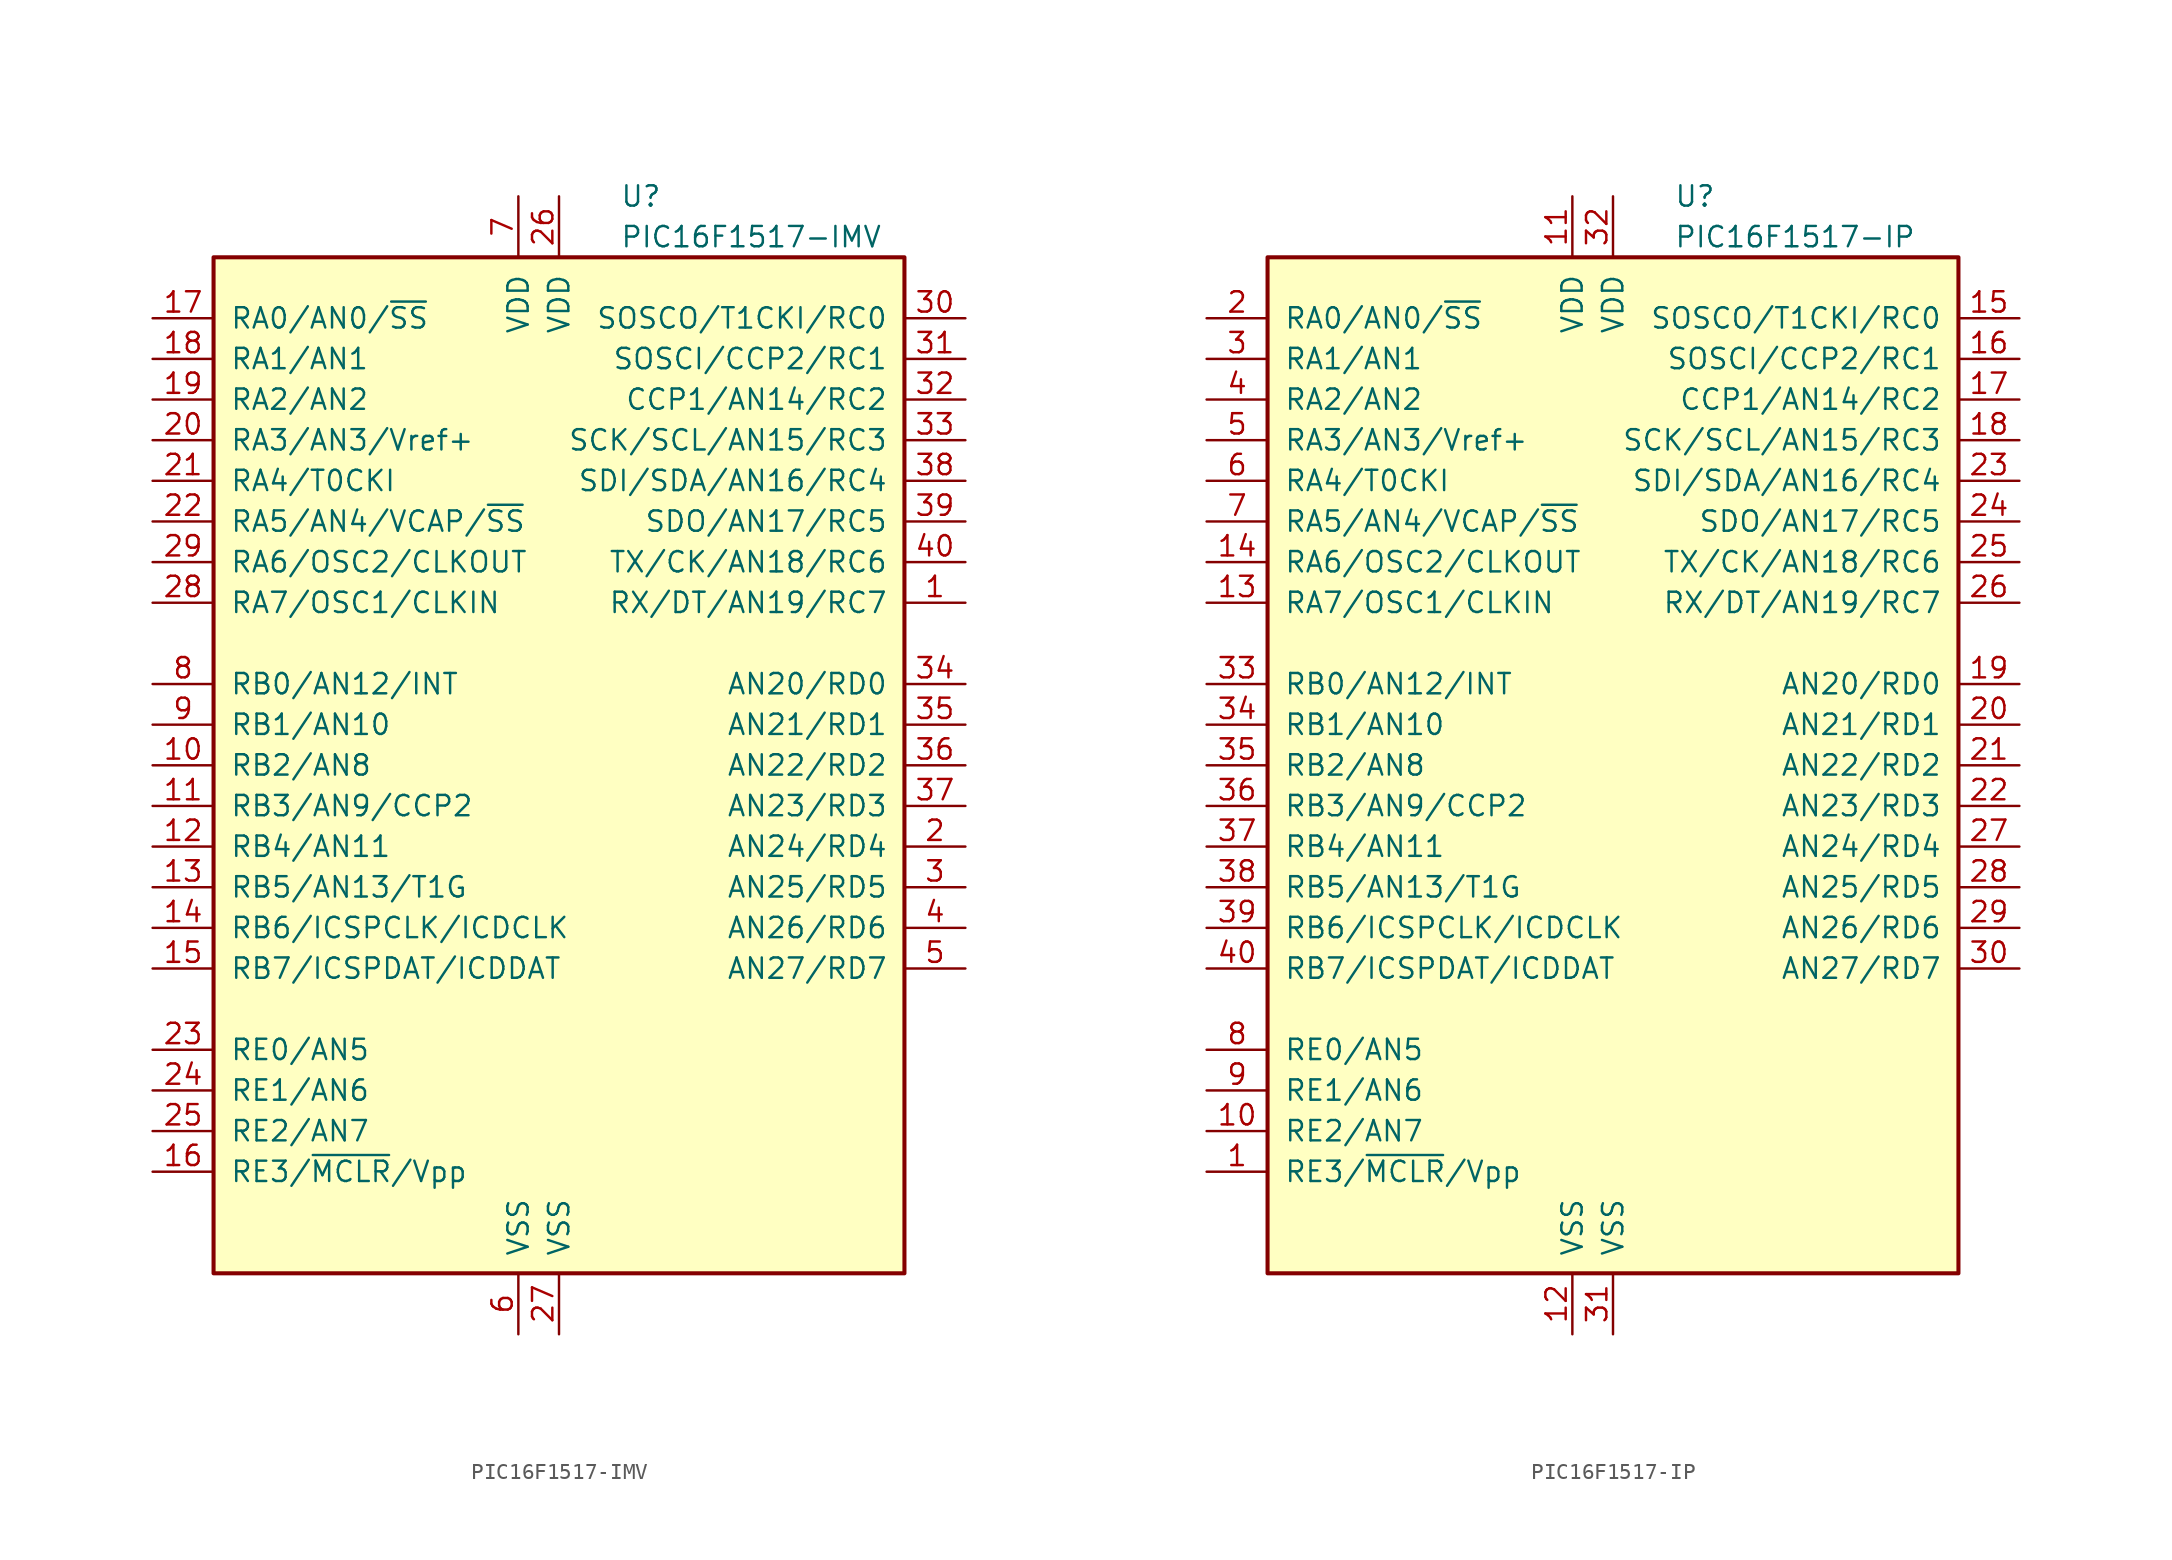
<source format=kicad_sym>
(kicad_symbol_lib
  (version 20220914)
  (generator kicad_symbol_editor)
  (symbol "PIC16F1517-IMV"
    (pin_names
      (offset 1.016))
    (property "Reference" "U"
      (at 3.81 35.56 0)
      (effects (font (size 1.27 1.27)) (justify left)))
    (property "Value" "PIC16F1517-IMV"
      (at 3.81 33.02 0)
      (effects (font (size 1.27 1.27)) (justify left)))
    (symbol "PIC16F1517-IMV_0_1"
      (rectangle (start -21.59 31.75) (end 21.59 -31.75) (stroke (width 0.254) (type default)) (fill (type background))))
    (symbol "PIC16F1517-IMV_1_1"
      (pin bidirectional line (at 25.4 10.16 180) (length 3.81) (name "RX/DT/AN19/RC7" (effects (font (size 1.27 1.27)))) (number "1" (effects (font (size 1.27 1.27)))))
      (pin bidirectional line (at -25.4 0 0) (length 3.81) (name "RB2/AN8" (effects (font (size 1.27 1.27)))) (number "10" (effects (font (size 1.27 1.27)))))
      (pin bidirectional line (at -25.4 -2.54 0) (length 3.81) (name "RB3/AN9/CCP2" (effects (font (size 1.27 1.27)))) (number "11" (effects (font (size 1.27 1.27)))))
      (pin bidirectional line (at -25.4 -5.08 0) (length 3.81) (name "RB4/AN11" (effects (font (size 1.27 1.27)))) (number "12" (effects (font (size 1.27 1.27)))))
      (pin bidirectional line (at -25.4 -7.62 0) (length 3.81) (name "RB5/AN13/T1G" (effects (font (size 1.27 1.27)))) (number "13" (effects (font (size 1.27 1.27)))))
      (pin bidirectional line (at -25.4 -10.16 0) (length 3.81) (name "RB6/ICSPCLK/ICDCLK" (effects (font (size 1.27 1.27)))) (number "14" (effects (font (size 1.27 1.27)))))
      (pin bidirectional line (at -25.4 -12.7 0) (length 3.81) (name "RB7/ICSPDAT/ICDDAT" (effects (font (size 1.27 1.27)))) (number "15" (effects (font (size 1.27 1.27)))))
      (pin input line (at -25.4 -25.4 0) (length 3.81) (name "RE3/~{MCLR}/Vpp" (effects (font (size 1.27 1.27)))) (number "16" (effects (font (size 1.27 1.27)))))
      (pin bidirectional line (at -25.4 27.94 0) (length 3.81) (name "RA0/AN0/~{SS}" (effects (font (size 1.27 1.27)))) (number "17" (effects (font (size 1.27 1.27)))))
      (pin bidirectional line (at -25.4 25.4 0) (length 3.81) (name "RA1/AN1" (effects (font (size 1.27 1.27)))) (number "18" (effects (font (size 1.27 1.27)))))
      (pin bidirectional line (at -25.4 22.86 0) (length 3.81) (name "RA2/AN2" (effects (font (size 1.27 1.27)))) (number "19" (effects (font (size 1.27 1.27)))))
      (pin bidirectional line (at 25.4 -5.08 180) (length 3.81) (name "AN24/RD4" (effects (font (size 1.27 1.27)))) (number "2" (effects (font (size 1.27 1.27)))))
      (pin bidirectional line (at -25.4 20.32 0) (length 3.81) (name "RA3/AN3/Vref+" (effects (font (size 1.27 1.27)))) (number "20" (effects (font (size 1.27 1.27)))))
      (pin bidirectional line (at -25.4 17.78 0) (length 3.81) (name "RA4/T0CKI" (effects (font (size 1.27 1.27)))) (number "21" (effects (font (size 1.27 1.27)))))
      (pin bidirectional line (at -25.4 15.24 0) (length 3.81) (name "RA5/AN4/VCAP/~{SS}" (effects (font (size 1.27 1.27)))) (number "22" (effects (font (size 1.27 1.27)))))
      (pin bidirectional line (at -25.4 -17.78 0) (length 3.81) (name "RE0/AN5" (effects (font (size 1.27 1.27)))) (number "23" (effects (font (size 1.27 1.27)))))
      (pin bidirectional line (at -25.4 -20.32 0) (length 3.81) (name "RE1/AN6" (effects (font (size 1.27 1.27)))) (number "24" (effects (font (size 1.27 1.27)))))
      (pin bidirectional line (at -25.4 -22.86 0) (length 3.81) (name "RE2/AN7" (effects (font (size 1.27 1.27)))) (number "25" (effects (font (size 1.27 1.27)))))
      (pin power_in line (at 0 35.56 270) (length 3.81) (name "VDD" (effects (font (size 1.27 1.27)))) (number "26" (effects (font (size 1.27 1.27)))))
      (pin power_in line (at 0 -35.56 90) (length 3.81) (name "VSS" (effects (font (size 1.27 1.27)))) (number "27" (effects (font (size 1.27 1.27)))))
      (pin bidirectional line (at -25.4 10.16 0) (length 3.81) (name "RA7/OSC1/CLKIN" (effects (font (size 1.27 1.27)))) (number "28" (effects (font (size 1.27 1.27)))))
      (pin bidirectional line (at -25.4 12.7 0) (length 3.81) (name "RA6/OSC2/CLKOUT" (effects (font (size 1.27 1.27)))) (number "29" (effects (font (size 1.27 1.27)))))
      (pin bidirectional line (at 25.4 -7.62 180) (length 3.81) (name "AN25/RD5" (effects (font (size 1.27 1.27)))) (number "3" (effects (font (size 1.27 1.27)))))
      (pin bidirectional line (at 25.4 27.94 180) (length 3.81) (name "SOSCO/T1CKI/RC0" (effects (font (size 1.27 1.27)))) (number "30" (effects (font (size 1.27 1.27)))))
      (pin bidirectional line (at 25.4 25.4 180) (length 3.81) (name "SOSCI/CCP2/RC1" (effects (font (size 1.27 1.27)))) (number "31" (effects (font (size 1.27 1.27)))))
      (pin bidirectional line (at 25.4 22.86 180) (length 3.81) (name "CCP1/AN14/RC2" (effects (font (size 1.27 1.27)))) (number "32" (effects (font (size 1.27 1.27)))))
      (pin bidirectional line (at 25.4 20.32 180) (length 3.81) (name "SCK/SCL/AN15/RC3" (effects (font (size 1.27 1.27)))) (number "33" (effects (font (size 1.27 1.27)))))
      (pin bidirectional line (at 25.4 5.08 180) (length 3.81) (name "AN20/RD0" (effects (font (size 1.27 1.27)))) (number "34" (effects (font (size 1.27 1.27)))))
      (pin bidirectional line (at 25.4 2.54 180) (length 3.81) (name "AN21/RD1" (effects (font (size 1.27 1.27)))) (number "35" (effects (font (size 1.27 1.27)))))
      (pin bidirectional line (at 25.4 0 180) (length 3.81) (name "AN22/RD2" (effects (font (size 1.27 1.27)))) (number "36" (effects (font (size 1.27 1.27)))))
      (pin bidirectional line (at 25.4 -2.54 180) (length 3.81) (name "AN23/RD3" (effects (font (size 1.27 1.27)))) (number "37" (effects (font (size 1.27 1.27)))))
      (pin bidirectional line (at 25.4 17.78 180) (length 3.81) (name "SDI/SDA/AN16/RC4" (effects (font (size 1.27 1.27)))) (number "38" (effects (font (size 1.27 1.27)))))
      (pin bidirectional line (at 25.4 15.24 180) (length 3.81) (name "SDO/AN17/RC5" (effects (font (size 1.27 1.27)))) (number "39" (effects (font (size 1.27 1.27)))))
      (pin bidirectional line (at 25.4 -10.16 180) (length 3.81) (name "AN26/RD6" (effects (font (size 1.27 1.27)))) (number "4" (effects (font (size 1.27 1.27)))))
      (pin bidirectional line (at 25.4 12.7 180) (length 3.81) (name "TX/CK/AN18/RC6" (effects (font (size 1.27 1.27)))) (number "40" (effects (font (size 1.27 1.27)))))
      (pin bidirectional line (at 25.4 -12.7 180) (length 3.81) (name "AN27/RD7" (effects (font (size 1.27 1.27)))) (number "5" (effects (font (size 1.27 1.27)))))
      (pin power_in line (at -2.54 -35.56 90) (length 3.81) (name "VSS" (effects (font (size 1.27 1.27)))) (number "6" (effects (font (size 1.27 1.27)))))
      (pin power_in line (at -2.54 35.56 270) (length 3.81) (name "VDD" (effects (font (size 1.27 1.27)))) (number "7" (effects (font (size 1.27 1.27)))))
      (pin bidirectional line (at -25.4 5.08 0) (length 3.81) (name "RB0/AN12/INT" (effects (font (size 1.27 1.27)))) (number "8" (effects (font (size 1.27 1.27)))))
      (pin bidirectional line (at -25.4 2.54 0) (length 3.81) (name "RB1/AN10" (effects (font (size 1.27 1.27)))) (number "9" (effects (font (size 1.27 1.27)))))))
  (symbol "PIC16F1517-IP"
    (pin_names
      (offset 1.016))
    (property "Reference" "U"
      (at 3.81 35.56 0)
      (effects (font (size 1.27 1.27)) (justify left)))
    (property "Value" "PIC16F1517-IP"
      (at 3.81 33.02 0)
      (effects (font (size 1.27 1.27)) (justify left)))
    (symbol "PIC16F1517-IP_0_1"
      (rectangle (start -21.59 31.75) (end 21.59 -31.75) (stroke (width 0.254) (type default)) (fill (type background))))
    (symbol "PIC16F1517-IP_1_1"
      (pin input line (at -25.4 -25.4 0) (length 3.81) (name "RE3/~{MCLR}/Vpp" (effects (font (size 1.27 1.27)))) (number "1" (effects (font (size 1.27 1.27)))))
      (pin bidirectional line (at -25.4 -22.86 0) (length 3.81) (name "RE2/AN7" (effects (font (size 1.27 1.27)))) (number "10" (effects (font (size 1.27 1.27)))))
      (pin power_in line (at -2.54 35.56 270) (length 3.81) (name "VDD" (effects (font (size 1.27 1.27)))) (number "11" (effects (font (size 1.27 1.27)))))
      (pin power_in line (at -2.54 -35.56 90) (length 3.81) (name "VSS" (effects (font (size 1.27 1.27)))) (number "12" (effects (font (size 1.27 1.27)))))
      (pin bidirectional line (at -25.4 10.16 0) (length 3.81) (name "RA7/OSC1/CLKIN" (effects (font (size 1.27 1.27)))) (number "13" (effects (font (size 1.27 1.27)))))
      (pin bidirectional line (at -25.4 12.7 0) (length 3.81) (name "RA6/OSC2/CLKOUT" (effects (font (size 1.27 1.27)))) (number "14" (effects (font (size 1.27 1.27)))))
      (pin bidirectional line (at 25.4 27.94 180) (length 3.81) (name "SOSCO/T1CKI/RC0" (effects (font (size 1.27 1.27)))) (number "15" (effects (font (size 1.27 1.27)))))
      (pin bidirectional line (at 25.4 25.4 180) (length 3.81) (name "SOSCI/CCP2/RC1" (effects (font (size 1.27 1.27)))) (number "16" (effects (font (size 1.27 1.27)))))
      (pin bidirectional line (at 25.4 22.86 180) (length 3.81) (name "CCP1/AN14/RC2" (effects (font (size 1.27 1.27)))) (number "17" (effects (font (size 1.27 1.27)))))
      (pin bidirectional line (at 25.4 20.32 180) (length 3.81) (name "SCK/SCL/AN15/RC3" (effects (font (size 1.27 1.27)))) (number "18" (effects (font (size 1.27 1.27)))))
      (pin bidirectional line (at 25.4 5.08 180) (length 3.81) (name "AN20/RD0" (effects (font (size 1.27 1.27)))) (number "19" (effects (font (size 1.27 1.27)))))
      (pin bidirectional line (at -25.4 27.94 0) (length 3.81) (name "RA0/AN0/~{SS}" (effects (font (size 1.27 1.27)))) (number "2" (effects (font (size 1.27 1.27)))))
      (pin bidirectional line (at 25.4 2.54 180) (length 3.81) (name "AN21/RD1" (effects (font (size 1.27 1.27)))) (number "20" (effects (font (size 1.27 1.27)))))
      (pin bidirectional line (at 25.4 0 180) (length 3.81) (name "AN22/RD2" (effects (font (size 1.27 1.27)))) (number "21" (effects (font (size 1.27 1.27)))))
      (pin bidirectional line (at 25.4 -2.54 180) (length 3.81) (name "AN23/RD3" (effects (font (size 1.27 1.27)))) (number "22" (effects (font (size 1.27 1.27)))))
      (pin bidirectional line (at 25.4 17.78 180) (length 3.81) (name "SDI/SDA/AN16/RC4" (effects (font (size 1.27 1.27)))) (number "23" (effects (font (size 1.27 1.27)))))
      (pin bidirectional line (at 25.4 15.24 180) (length 3.81) (name "SDO/AN17/RC5" (effects (font (size 1.27 1.27)))) (number "24" (effects (font (size 1.27 1.27)))))
      (pin bidirectional line (at 25.4 12.7 180) (length 3.81) (name "TX/CK/AN18/RC6" (effects (font (size 1.27 1.27)))) (number "25" (effects (font (size 1.27 1.27)))))
      (pin bidirectional line (at 25.4 10.16 180) (length 3.81) (name "RX/DT/AN19/RC7" (effects (font (size 1.27 1.27)))) (number "26" (effects (font (size 1.27 1.27)))))
      (pin bidirectional line (at 25.4 -5.08 180) (length 3.81) (name "AN24/RD4" (effects (font (size 1.27 1.27)))) (number "27" (effects (font (size 1.27 1.27)))))
      (pin bidirectional line (at 25.4 -7.62 180) (length 3.81) (name "AN25/RD5" (effects (font (size 1.27 1.27)))) (number "28" (effects (font (size 1.27 1.27)))))
      (pin bidirectional line (at 25.4 -10.16 180) (length 3.81) (name "AN26/RD6" (effects (font (size 1.27 1.27)))) (number "29" (effects (font (size 1.27 1.27)))))
      (pin bidirectional line (at -25.4 25.4 0) (length 3.81) (name "RA1/AN1" (effects (font (size 1.27 1.27)))) (number "3" (effects (font (size 1.27 1.27)))))
      (pin bidirectional line (at 25.4 -12.7 180) (length 3.81) (name "AN27/RD7" (effects (font (size 1.27 1.27)))) (number "30" (effects (font (size 1.27 1.27)))))
      (pin power_in line (at 0 -35.56 90) (length 3.81) (name "VSS" (effects (font (size 1.27 1.27)))) (number "31" (effects (font (size 1.27 1.27)))))
      (pin power_in line (at 0 35.56 270) (length 3.81) (name "VDD" (effects (font (size 1.27 1.27)))) (number "32" (effects (font (size 1.27 1.27)))))
      (pin bidirectional line (at -25.4 5.08 0) (length 3.81) (name "RB0/AN12/INT" (effects (font (size 1.27 1.27)))) (number "33" (effects (font (size 1.27 1.27)))))
      (pin bidirectional line (at -25.4 2.54 0) (length 3.81) (name "RB1/AN10" (effects (font (size 1.27 1.27)))) (number "34" (effects (font (size 1.27 1.27)))))
      (pin bidirectional line (at -25.4 0 0) (length 3.81) (name "RB2/AN8" (effects (font (size 1.27 1.27)))) (number "35" (effects (font (size 1.27 1.27)))))
      (pin bidirectional line (at -25.4 -2.54 0) (length 3.81) (name "RB3/AN9/CCP2" (effects (font (size 1.27 1.27)))) (number "36" (effects (font (size 1.27 1.27)))))
      (pin bidirectional line (at -25.4 -5.08 0) (length 3.81) (name "RB4/AN11" (effects (font (size 1.27 1.27)))) (number "37" (effects (font (size 1.27 1.27)))))
      (pin bidirectional line (at -25.4 -7.62 0) (length 3.81) (name "RB5/AN13/T1G" (effects (font (size 1.27 1.27)))) (number "38" (effects (font (size 1.27 1.27)))))
      (pin bidirectional line (at -25.4 -10.16 0) (length 3.81) (name "RB6/ICSPCLK/ICDCLK" (effects (font (size 1.27 1.27)))) (number "39" (effects (font (size 1.27 1.27)))))
      (pin bidirectional line (at -25.4 22.86 0) (length 3.81) (name "RA2/AN2" (effects (font (size 1.27 1.27)))) (number "4" (effects (font (size 1.27 1.27)))))
      (pin bidirectional line (at -25.4 -12.7 0) (length 3.81) (name "RB7/ICSPDAT/ICDDAT" (effects (font (size 1.27 1.27)))) (number "40" (effects (font (size 1.27 1.27)))))
      (pin bidirectional line (at -25.4 20.32 0) (length 3.81) (name "RA3/AN3/Vref+" (effects (font (size 1.27 1.27)))) (number "5" (effects (font (size 1.27 1.27)))))
      (pin bidirectional line (at -25.4 17.78 0) (length 3.81) (name "RA4/T0CKI" (effects (font (size 1.27 1.27)))) (number "6" (effects (font (size 1.27 1.27)))))
      (pin bidirectional line (at -25.4 15.24 0) (length 3.81) (name "RA5/AN4/VCAP/~{SS}" (effects (font (size 1.27 1.27)))) (number "7" (effects (font (size 1.27 1.27)))))
      (pin bidirectional line (at -25.4 -17.78 0) (length 3.81) (name "RE0/AN5" (effects (font (size 1.27 1.27)))) (number "8" (effects (font (size 1.27 1.27)))))
      (pin bidirectional line (at -25.4 -20.32 0) (length 3.81) (name "RE1/AN6" (effects (font (size 1.27 1.27)))) (number "9" (effects (font (size 1.27 1.27))))))))
</source>
